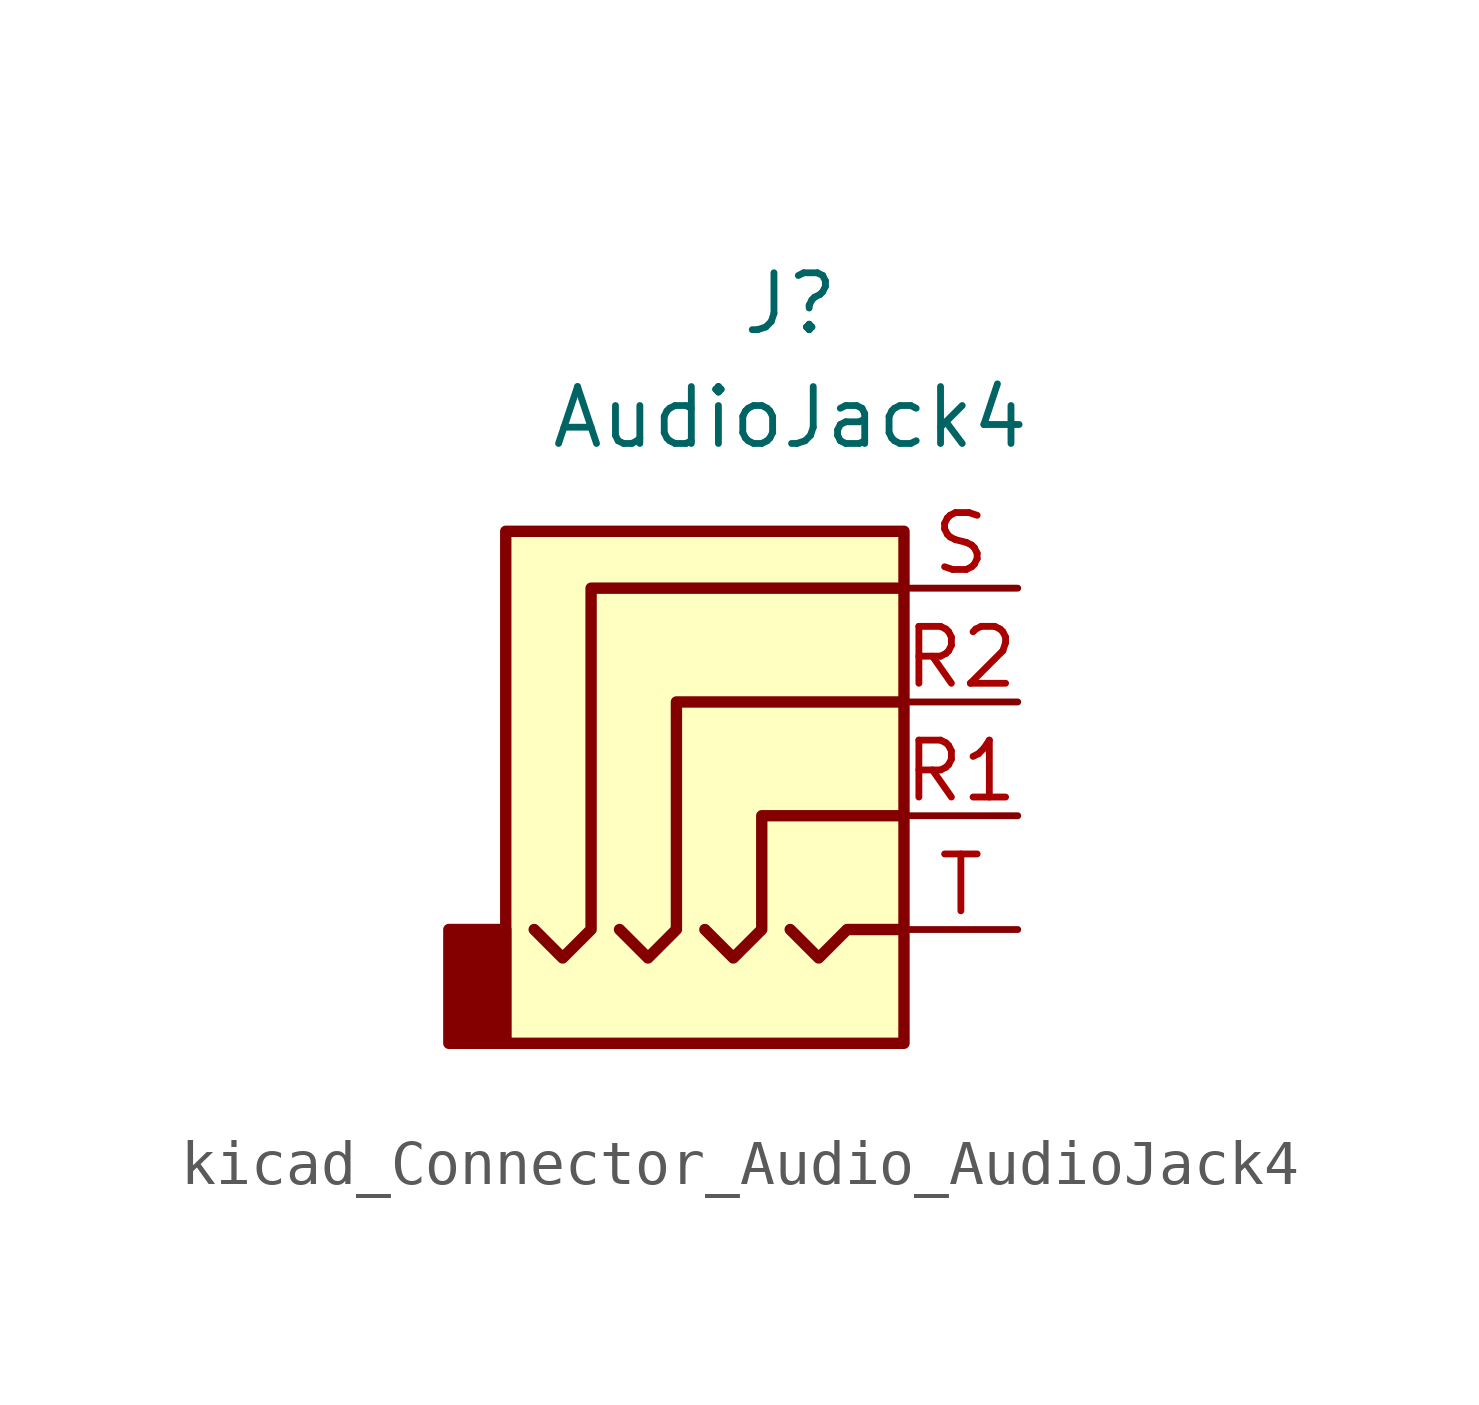
<source format=kicad_sym>
(kicad_symbol_lib
  (version 20220914)
  (generator kicad_symbol_editor)
  (symbol "kicad_Connector_Audio_AudioJack4"
    (property "Reference" "J"
      (at 0 8.89 0)
      (effects (font (size 1.27 1.27))))
    (property "Value" "AudioJack4"
      (at 0 6.35 0)
      (effects (font (size 1.27 1.27))))
    (symbol "kicad_Connector_Audio_AudioJack4_0_1"
      (rectangle (start -6.35 -5.08) (end -7.62 -7.62) (stroke (width 0.254) (type default)) (fill (type outline)))
      (polyline (pts (xy 0 -5.08) (xy 0.635 -5.715) (xy 1.27 -5.08) (xy 2.54 -5.08)) (stroke (width 0.254) (type default)) (fill (type none)))
      (polyline (pts (xy -5.715 -5.08) (xy -5.08 -5.715) (xy -4.445 -5.08) (xy -4.445 2.54) (xy 2.54 2.54)) (stroke (width 0.254) (type default)) (fill (type none)))
      (polyline (pts (xy -1.905 -5.08) (xy -1.27 -5.715) (xy -0.635 -5.08) (xy -0.635 -2.54) (xy 2.54 -2.54)) (stroke (width 0.254) (type default)) (fill (type none)))
      (polyline (pts (xy 2.54 0) (xy -2.54 0) (xy -2.54 -5.08) (xy -3.175 -5.715) (xy -3.81 -5.08)) (stroke (width 0.254) (type default)) (fill (type none)))
      (rectangle (start 2.54 3.81) (end -6.35 -7.62) (stroke (width 0.254) (type default)) (fill (type background))))
    (symbol "kicad_Connector_Audio_AudioJack4_1_1"
      (pin passive line (at 5.08 -2.54 180) (length 2.54) (name "~" (effects (font (size 1.27 1.27)))) (number "R1" (effects (font (size 1.27 1.27)))))
      (pin passive line (at 5.08 0 180) (length 2.54) (name "~" (effects (font (size 1.27 1.27)))) (number "R2" (effects (font (size 1.27 1.27)))))
      (pin passive line (at 5.08 2.54 180) (length 2.54) (name "~" (effects (font (size 1.27 1.27)))) (number "S" (effects (font (size 1.27 1.27)))))
      (pin passive line (at 5.08 -5.08 180) (length 2.54) (name "~" (effects (font (size 1.27 1.27)))) (number "T" (effects (font (size 1.27 1.27))))))))
</source>
